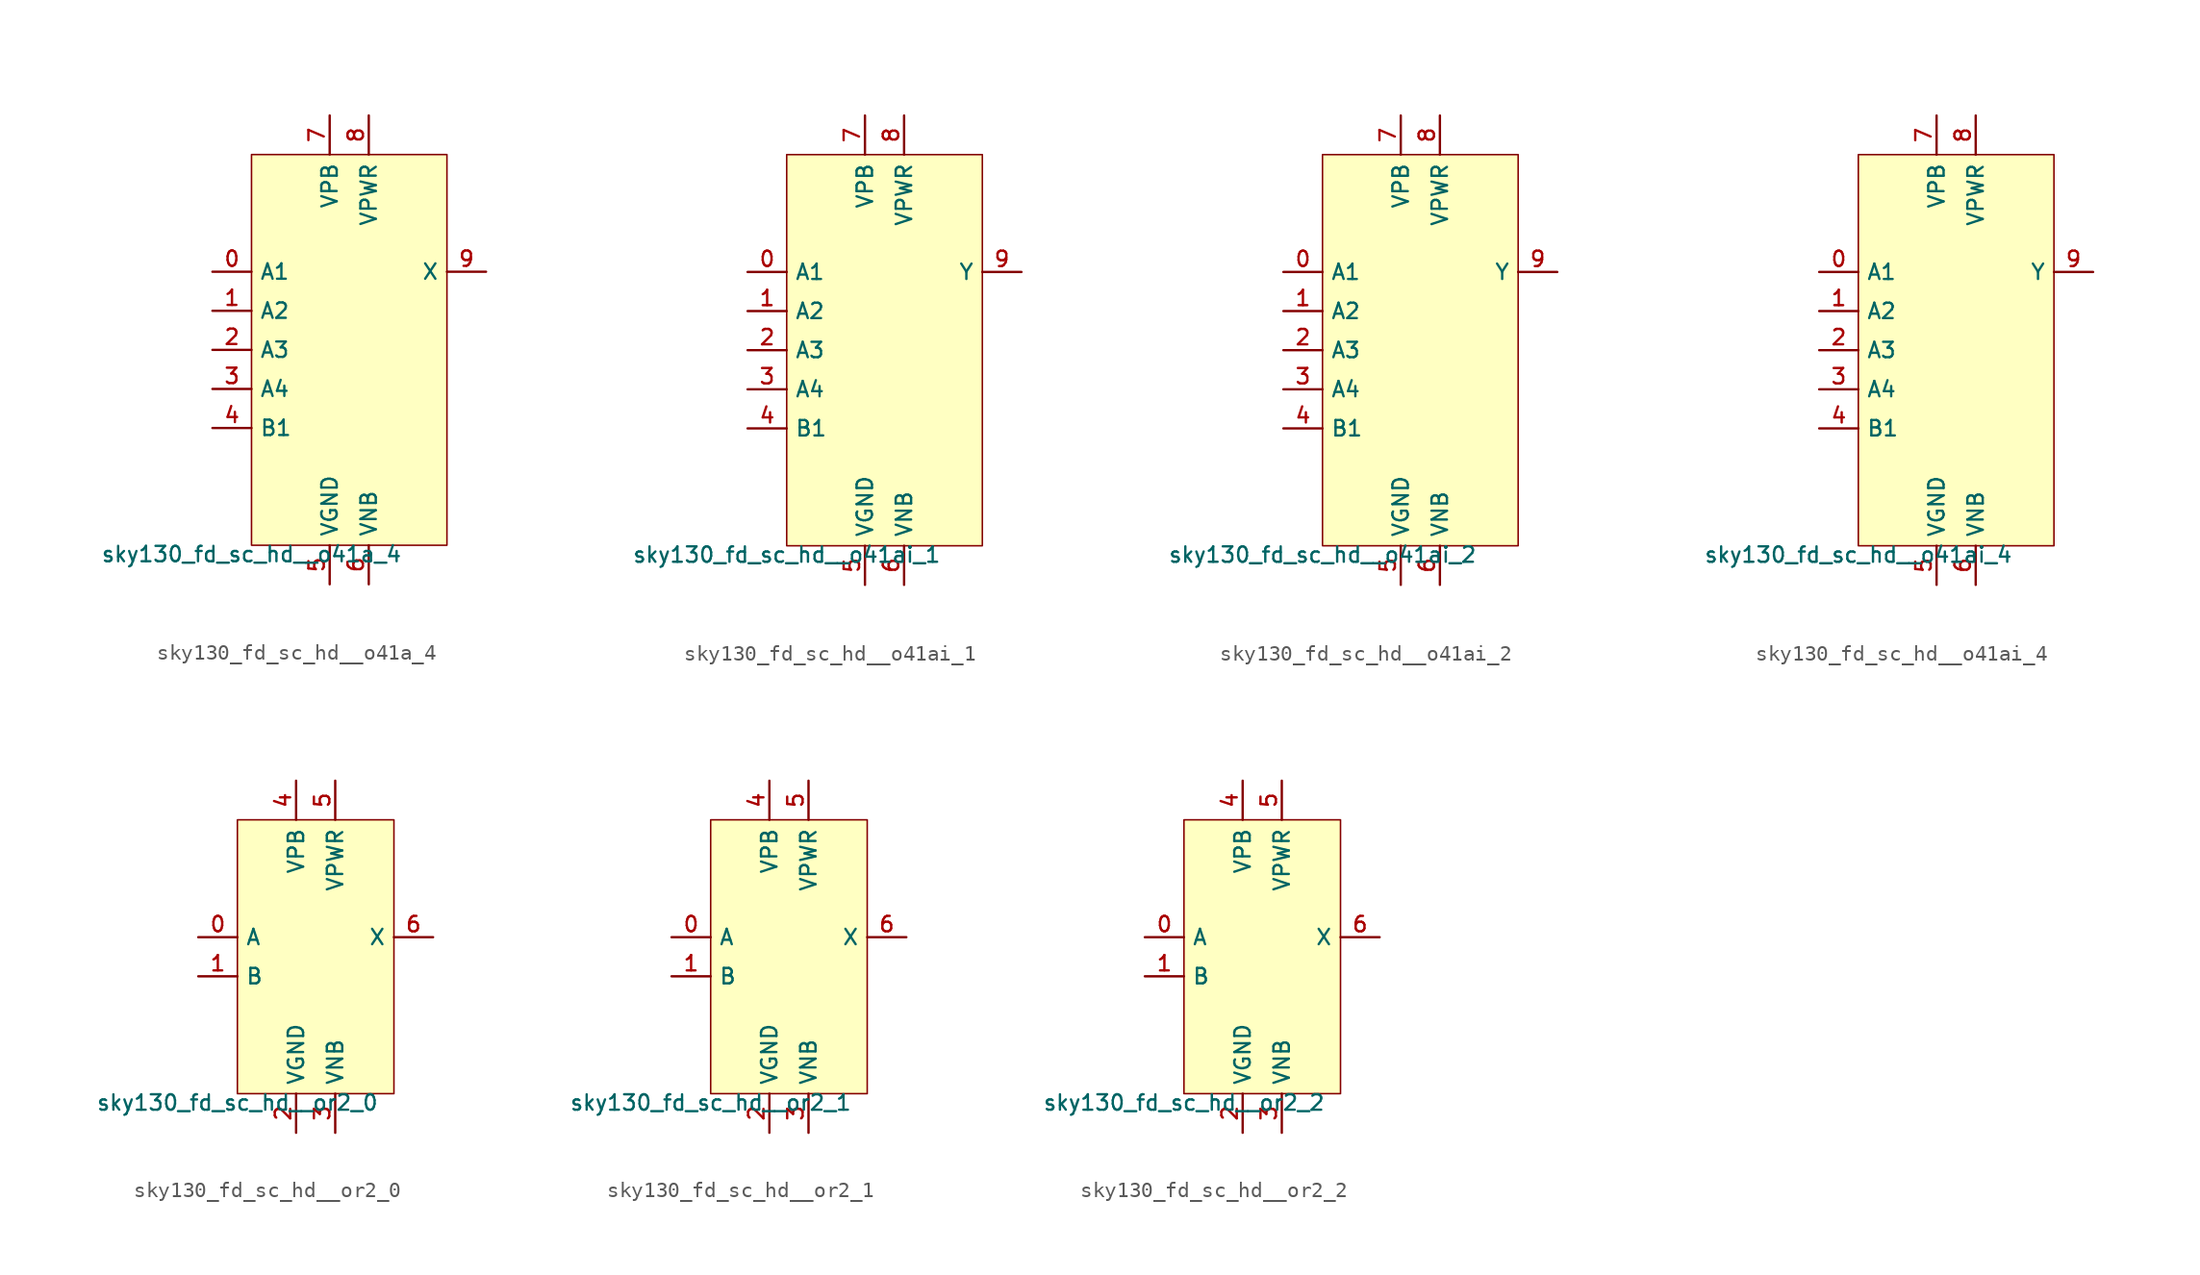
<source format=kicad_sym>
(kicad_symbol_lib
  (version 20211014)
  (generator lef2kicad_sym)
  (symbol "sky130_fd_sc_hd__o41a_4"
    (property "Reference" "X"
      (at 0 0 0)
      (effects (font (size 1 1)) hide))
    (property "Value" "sky130_fd_sc_hd__o41a_4"
      (at -6.35 -12.7 0)
      (effects (font (size 1 1)) (justify top)))
    (rectangle
      (start -6.35 -12.7)
      (end 6.35 12.7)
      (stroke (width 0.1) (type solid) (color 0 0 0 0))
      (fill (type background)))
    (pin input line
      (at -8.89 5.08 0)
      (length 2.54)
      (name "A1" (effects (font (size 1 1)) hide))
      (number "0" (effects (font (size 1 1)) hide)))
    (pin input line
      (at -8.89 2.54 0)
      (length 2.54)
      (name "A2" (effects (font (size 1 1)) hide))
      (number "1" (effects (font (size 1 1)) hide)))
    (pin input line
      (at -8.89 -8.881784197001252e-16 0)
      (length 2.54)
      (name "A3" (effects (font (size 1 1)) hide))
      (number "2" (effects (font (size 1 1)) hide)))
    (pin input line
      (at -8.89 -2.54 0)
      (length 2.54)
      (name "A4" (effects (font (size 1 1)) hide))
      (number "3" (effects (font (size 1 1)) hide)))
    (pin input line
      (at -8.89 -5.08 0)
      (length 2.54)
      (name "B1" (effects (font (size 1 1)) hide))
      (number "4" (effects (font (size 1 1)) hide)))
    (pin power_in line
      (at -1.27 -15.24 90)
      (length 2.54)
      (name "VGND" (effects (font (size 1 1)) hide))
      (number "5" (effects (font (size 1 1)) hide)))
    (pin power_in line
      (at 1.27 -15.24 90)
      (length 2.54)
      (name "VNB" (effects (font (size 1 1)) hide))
      (number "6" (effects (font (size 1 1)) hide)))
    (pin power_in line
      (at -1.27 15.24 270)
      (length 2.54)
      (name "VPB" (effects (font (size 1 1)) hide))
      (number "7" (effects (font (size 1 1)) hide)))
    (pin power_in line
      (at 1.27 15.24 270)
      (length 2.54)
      (name "VPWR" (effects (font (size 1 1)) hide))
      (number "8" (effects (font (size 1 1)) hide)))
    (pin output line
      (at 8.89 5.08 180)
      (length 2.54)
      (name "X" (effects (font (size 1 1)) hide))
      (number "9" (effects (font (size 1 1)) hide))))
  (symbol "sky130_fd_sc_hd__o41ai_1"
    (property "Reference" "X"
      (at 0 0 0)
      (effects (font (size 1 1)) hide))
    (property "Value" "sky130_fd_sc_hd__o41ai_1"
      (at -6.35 -12.7 0)
      (effects (font (size 1 1)) (justify top)))
    (rectangle
      (start -6.35 -12.7)
      (end 6.35 12.7)
      (stroke (width 0.1) (type solid) (color 0 0 0 0))
      (fill (type background)))
    (pin input line
      (at -8.89 5.08 0)
      (length 2.54)
      (name "A1" (effects (font (size 1 1)) hide))
      (number "0" (effects (font (size 1 1)) hide)))
    (pin input line
      (at -8.89 2.54 0)
      (length 2.54)
      (name "A2" (effects (font (size 1 1)) hide))
      (number "1" (effects (font (size 1 1)) hide)))
    (pin input line
      (at -8.89 -8.881784197001252e-16 0)
      (length 2.54)
      (name "A3" (effects (font (size 1 1)) hide))
      (number "2" (effects (font (size 1 1)) hide)))
    (pin input line
      (at -8.89 -2.54 0)
      (length 2.54)
      (name "A4" (effects (font (size 1 1)) hide))
      (number "3" (effects (font (size 1 1)) hide)))
    (pin input line
      (at -8.89 -5.08 0)
      (length 2.54)
      (name "B1" (effects (font (size 1 1)) hide))
      (number "4" (effects (font (size 1 1)) hide)))
    (pin power_in line
      (at -1.27 -15.24 90)
      (length 2.54)
      (name "VGND" (effects (font (size 1 1)) hide))
      (number "5" (effects (font (size 1 1)) hide)))
    (pin power_in line
      (at 1.27 -15.24 90)
      (length 2.54)
      (name "VNB" (effects (font (size 1 1)) hide))
      (number "6" (effects (font (size 1 1)) hide)))
    (pin power_in line
      (at -1.27 15.24 270)
      (length 2.54)
      (name "VPB" (effects (font (size 1 1)) hide))
      (number "7" (effects (font (size 1 1)) hide)))
    (pin power_in line
      (at 1.27 15.24 270)
      (length 2.54)
      (name "VPWR" (effects (font (size 1 1)) hide))
      (number "8" (effects (font (size 1 1)) hide)))
    (pin output line
      (at 8.89 5.08 180)
      (length 2.54)
      (name "Y" (effects (font (size 1 1)) hide))
      (number "9" (effects (font (size 1 1)) hide))))
  (symbol "sky130_fd_sc_hd__o41ai_2"
    (property "Reference" "X"
      (at 0 0 0)
      (effects (font (size 1 1)) hide))
    (property "Value" "sky130_fd_sc_hd__o41ai_2"
      (at -6.35 -12.7 0)
      (effects (font (size 1 1)) (justify top)))
    (rectangle
      (start -6.35 -12.7)
      (end 6.35 12.7)
      (stroke (width 0.1) (type solid) (color 0 0 0 0))
      (fill (type background)))
    (pin input line
      (at -8.89 5.08 0)
      (length 2.54)
      (name "A1" (effects (font (size 1 1)) hide))
      (number "0" (effects (font (size 1 1)) hide)))
    (pin input line
      (at -8.89 2.54 0)
      (length 2.54)
      (name "A2" (effects (font (size 1 1)) hide))
      (number "1" (effects (font (size 1 1)) hide)))
    (pin input line
      (at -8.89 -8.881784197001252e-16 0)
      (length 2.54)
      (name "A3" (effects (font (size 1 1)) hide))
      (number "2" (effects (font (size 1 1)) hide)))
    (pin input line
      (at -8.89 -2.54 0)
      (length 2.54)
      (name "A4" (effects (font (size 1 1)) hide))
      (number "3" (effects (font (size 1 1)) hide)))
    (pin input line
      (at -8.89 -5.08 0)
      (length 2.54)
      (name "B1" (effects (font (size 1 1)) hide))
      (number "4" (effects (font (size 1 1)) hide)))
    (pin power_in line
      (at -1.27 -15.24 90)
      (length 2.54)
      (name "VGND" (effects (font (size 1 1)) hide))
      (number "5" (effects (font (size 1 1)) hide)))
    (pin power_in line
      (at 1.27 -15.24 90)
      (length 2.54)
      (name "VNB" (effects (font (size 1 1)) hide))
      (number "6" (effects (font (size 1 1)) hide)))
    (pin power_in line
      (at -1.27 15.24 270)
      (length 2.54)
      (name "VPB" (effects (font (size 1 1)) hide))
      (number "7" (effects (font (size 1 1)) hide)))
    (pin power_in line
      (at 1.27 15.24 270)
      (length 2.54)
      (name "VPWR" (effects (font (size 1 1)) hide))
      (number "8" (effects (font (size 1 1)) hide)))
    (pin output line
      (at 8.89 5.08 180)
      (length 2.54)
      (name "Y" (effects (font (size 1 1)) hide))
      (number "9" (effects (font (size 1 1)) hide))))
  (symbol "sky130_fd_sc_hd__o41ai_4"
    (property "Reference" "X"
      (at 0 0 0)
      (effects (font (size 1 1)) hide))
    (property "Value" "sky130_fd_sc_hd__o41ai_4"
      (at -6.35 -12.7 0)
      (effects (font (size 1 1)) (justify top)))
    (rectangle
      (start -6.35 -12.7)
      (end 6.35 12.7)
      (stroke (width 0.1) (type solid) (color 0 0 0 0))
      (fill (type background)))
    (pin input line
      (at -8.89 5.08 0)
      (length 2.54)
      (name "A1" (effects (font (size 1 1)) hide))
      (number "0" (effects (font (size 1 1)) hide)))
    (pin input line
      (at -8.89 2.54 0)
      (length 2.54)
      (name "A2" (effects (font (size 1 1)) hide))
      (number "1" (effects (font (size 1 1)) hide)))
    (pin input line
      (at -8.89 -8.881784197001252e-16 0)
      (length 2.54)
      (name "A3" (effects (font (size 1 1)) hide))
      (number "2" (effects (font (size 1 1)) hide)))
    (pin input line
      (at -8.89 -2.54 0)
      (length 2.54)
      (name "A4" (effects (font (size 1 1)) hide))
      (number "3" (effects (font (size 1 1)) hide)))
    (pin input line
      (at -8.89 -5.08 0)
      (length 2.54)
      (name "B1" (effects (font (size 1 1)) hide))
      (number "4" (effects (font (size 1 1)) hide)))
    (pin power_in line
      (at -1.27 -15.24 90)
      (length 2.54)
      (name "VGND" (effects (font (size 1 1)) hide))
      (number "5" (effects (font (size 1 1)) hide)))
    (pin power_in line
      (at 1.27 -15.24 90)
      (length 2.54)
      (name "VNB" (effects (font (size 1 1)) hide))
      (number "6" (effects (font (size 1 1)) hide)))
    (pin power_in line
      (at -1.27 15.24 270)
      (length 2.54)
      (name "VPB" (effects (font (size 1 1)) hide))
      (number "7" (effects (font (size 1 1)) hide)))
    (pin power_in line
      (at 1.27 15.24 270)
      (length 2.54)
      (name "VPWR" (effects (font (size 1 1)) hide))
      (number "8" (effects (font (size 1 1)) hide)))
    (pin output line
      (at 8.89 5.08 180)
      (length 2.54)
      (name "Y" (effects (font (size 1 1)) hide))
      (number "9" (effects (font (size 1 1)) hide))))
  (symbol "sky130_fd_sc_hd__or2_0"
    (property "Reference" "X"
      (at 0 0 0)
      (effects (font (size 1 1)) hide))
    (property "Value" "sky130_fd_sc_hd__or2_0"
      (at -5.08 -8.89 0)
      (effects (font (size 1 1)) (justify top)))
    (rectangle
      (start -5.08 -8.89)
      (end 5.08 8.89)
      (stroke (width 0.1) (type solid) (color 0 0 0 0))
      (fill (type background)))
    (pin input line
      (at -7.62 1.27 0)
      (length 2.54)
      (name "A" (effects (font (size 1 1)) hide))
      (number "0" (effects (font (size 1 1)) hide)))
    (pin input line
      (at -7.62 -1.27 0)
      (length 2.54)
      (name "B" (effects (font (size 1 1)) hide))
      (number "1" (effects (font (size 1 1)) hide)))
    (pin power_in line
      (at -1.27 -11.43 90)
      (length 2.54)
      (name "VGND" (effects (font (size 1 1)) hide))
      (number "2" (effects (font (size 1 1)) hide)))
    (pin power_in line
      (at 1.27 -11.43 90)
      (length 2.54)
      (name "VNB" (effects (font (size 1 1)) hide))
      (number "3" (effects (font (size 1 1)) hide)))
    (pin power_in line
      (at -1.27 11.43 270)
      (length 2.54)
      (name "VPB" (effects (font (size 1 1)) hide))
      (number "4" (effects (font (size 1 1)) hide)))
    (pin power_in line
      (at 1.27 11.43 270)
      (length 2.54)
      (name "VPWR" (effects (font (size 1 1)) hide))
      (number "5" (effects (font (size 1 1)) hide)))
    (pin output line
      (at 7.62 1.27 180)
      (length 2.54)
      (name "X" (effects (font (size 1 1)) hide))
      (number "6" (effects (font (size 1 1)) hide))))
  (symbol "sky130_fd_sc_hd__or2_1"
    (property "Reference" "X"
      (at 0 0 0)
      (effects (font (size 1 1)) hide))
    (property "Value" "sky130_fd_sc_hd__or2_1"
      (at -5.08 -8.89 0)
      (effects (font (size 1 1)) (justify top)))
    (rectangle
      (start -5.08 -8.89)
      (end 5.08 8.89)
      (stroke (width 0.1) (type solid) (color 0 0 0 0))
      (fill (type background)))
    (pin input line
      (at -7.62 1.27 0)
      (length 2.54)
      (name "A" (effects (font (size 1 1)) hide))
      (number "0" (effects (font (size 1 1)) hide)))
    (pin input line
      (at -7.62 -1.27 0)
      (length 2.54)
      (name "B" (effects (font (size 1 1)) hide))
      (number "1" (effects (font (size 1 1)) hide)))
    (pin power_in line
      (at -1.27 -11.43 90)
      (length 2.54)
      (name "VGND" (effects (font (size 1 1)) hide))
      (number "2" (effects (font (size 1 1)) hide)))
    (pin power_in line
      (at 1.27 -11.43 90)
      (length 2.54)
      (name "VNB" (effects (font (size 1 1)) hide))
      (number "3" (effects (font (size 1 1)) hide)))
    (pin power_in line
      (at -1.27 11.43 270)
      (length 2.54)
      (name "VPB" (effects (font (size 1 1)) hide))
      (number "4" (effects (font (size 1 1)) hide)))
    (pin power_in line
      (at 1.27 11.43 270)
      (length 2.54)
      (name "VPWR" (effects (font (size 1 1)) hide))
      (number "5" (effects (font (size 1 1)) hide)))
    (pin output line
      (at 7.62 1.27 180)
      (length 2.54)
      (name "X" (effects (font (size 1 1)) hide))
      (number "6" (effects (font (size 1 1)) hide))))
  (symbol "sky130_fd_sc_hd__or2_2"
    (property "Reference" "X"
      (at 0 0 0)
      (effects (font (size 1 1)) hide))
    (property "Value" "sky130_fd_sc_hd__or2_2"
      (at -5.08 -8.89 0)
      (effects (font (size 1 1)) (justify top)))
    (rectangle
      (start -5.08 -8.89)
      (end 5.08 8.89)
      (stroke (width 0.1) (type solid) (color 0 0 0 0))
      (fill (type background)))
    (pin input line
      (at -7.62 1.27 0)
      (length 2.54)
      (name "A" (effects (font (size 1 1)) hide))
      (number "0" (effects (font (size 1 1)) hide)))
    (pin input line
      (at -7.62 -1.27 0)
      (length 2.54)
      (name "B" (effects (font (size 1 1)) hide))
      (number "1" (effects (font (size 1 1)) hide)))
    (pin power_in line
      (at -1.27 -11.43 90)
      (length 2.54)
      (name "VGND" (effects (font (size 1 1)) hide))
      (number "2" (effects (font (size 1 1)) hide)))
    (pin power_in line
      (at 1.27 -11.43 90)
      (length 2.54)
      (name "VNB" (effects (font (size 1 1)) hide))
      (number "3" (effects (font (size 1 1)) hide)))
    (pin power_in line
      (at -1.27 11.43 270)
      (length 2.54)
      (name "VPB" (effects (font (size 1 1)) hide))
      (number "4" (effects (font (size 1 1)) hide)))
    (pin power_in line
      (at 1.27 11.43 270)
      (length 2.54)
      (name "VPWR" (effects (font (size 1 1)) hide))
      (number "5" (effects (font (size 1 1)) hide)))
    (pin output line
      (at 7.62 1.27 180)
      (length 2.54)
      (name "X" (effects (font (size 1 1)) hide))
      (number "6" (effects (font (size 1 1)) hide)))))
</source>
